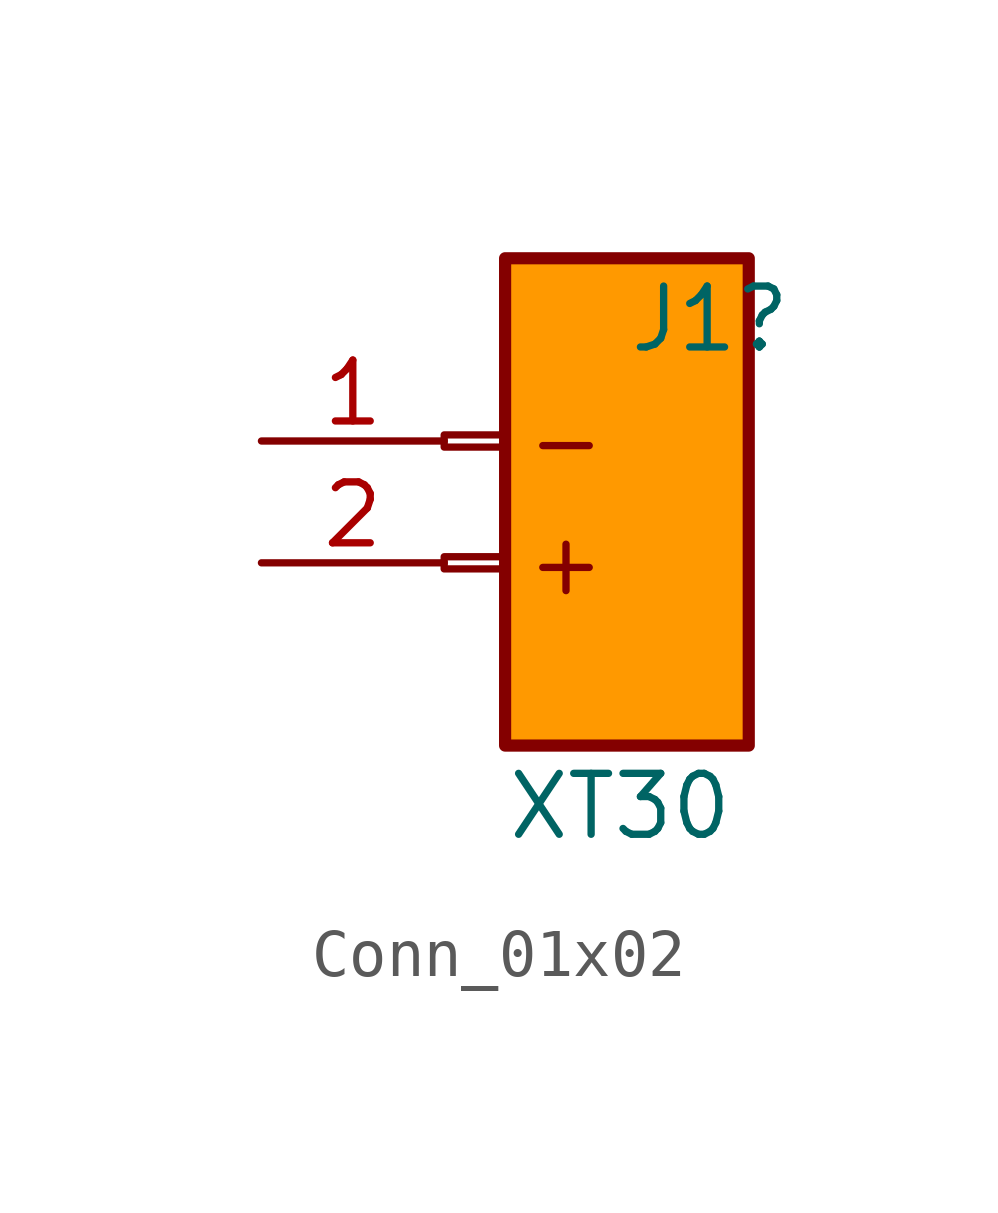
<source format=kicad_sym>
(kicad_symbol_lib
  (version 20220914)
  (generator kicad_symbol_editor)
  (symbol "Conn_01x02"
    (pin_names
      (offset 1.016) hide)
    (property "Reference" "J1"
      (at 2.54 2.54 0)
      (effects (font (size 1.27 1.27)) (justify left)))
    (property "Value" "XT30"
      (at 0 -7.62 0)
      (effects (font (size 1.27 1.27)) (justify left)))
    (symbol "Conn_01x02_1_1"
      (rectangle (start -1.27 -2.413) (end 0 -2.667) (stroke (width 0.152) (type default)) (fill (type none)))
      (rectangle (start -1.27 0.127) (end 0 -0.127) (stroke (width 0.152) (type default)) (fill (type none)))
      (rectangle (start 0 3.81) (end 5.08 -6.35) (stroke (width 0.254) (type default)) (fill (type color) (color 255 153 0 1)))
      (text "+" (at 1.27 -2.54 0) (effects (font (size 1.27 1.27))))
      (text "-" (at 1.27 0 0) (effects (font (size 1.27 1.27))))
      (pin passive line (at -5.08 0 0) (length 3.81) (name "Pin_1" (effects (font (size 1.27 1.27)))) (number "1" (effects (font (size 1.27 1.27)))))
      (pin passive line (at -5.08 -2.54 0) (length 3.81) (name "Pin_2" (effects (font (size 1.27 1.27)))) (number "2" (effects (font (size 1.27 1.27))))))))
</source>
